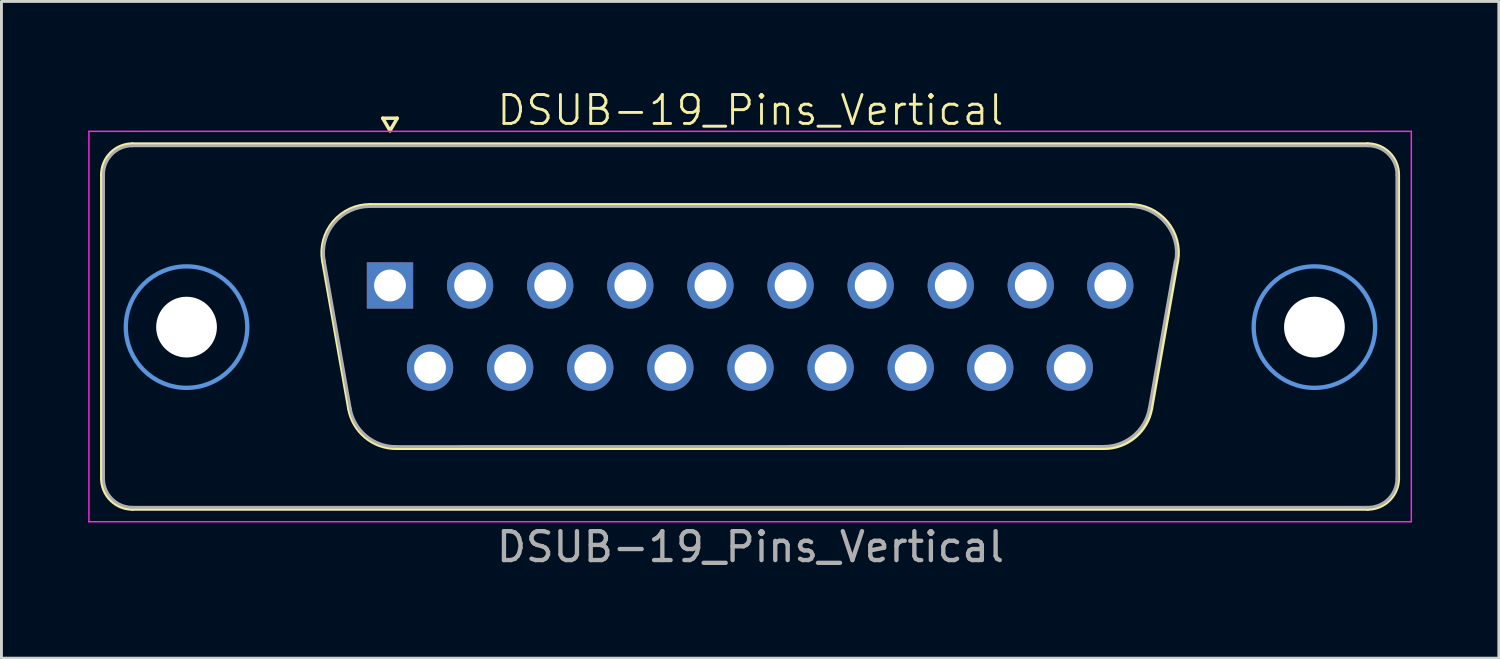
<source format=kicad_pcb>
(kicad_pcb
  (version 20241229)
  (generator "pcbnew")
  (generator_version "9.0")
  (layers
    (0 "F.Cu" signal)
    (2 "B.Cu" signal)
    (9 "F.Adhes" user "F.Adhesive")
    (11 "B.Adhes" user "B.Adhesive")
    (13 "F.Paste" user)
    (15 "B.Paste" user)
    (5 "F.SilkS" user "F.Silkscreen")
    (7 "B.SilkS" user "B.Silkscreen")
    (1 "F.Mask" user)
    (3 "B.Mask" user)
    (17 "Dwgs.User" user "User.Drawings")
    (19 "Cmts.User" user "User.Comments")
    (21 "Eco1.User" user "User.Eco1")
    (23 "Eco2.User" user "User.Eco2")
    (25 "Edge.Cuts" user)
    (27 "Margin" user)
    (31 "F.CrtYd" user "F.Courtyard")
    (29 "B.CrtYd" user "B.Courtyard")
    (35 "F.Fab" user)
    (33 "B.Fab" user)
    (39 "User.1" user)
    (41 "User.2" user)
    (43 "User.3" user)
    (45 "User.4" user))
  (footprint "DSUB-19_Pins_Vertical"
    (layer "F.Cu")
    (at 22.9 8.261)
    (property "Reference" "DSUB-19_Pins_Vertical" (at 0 -7.5 0) (unlocked yes) (layer "F.SilkS") (effects (font (size 1 1) (thickness 0.1))))
    (attr through_hole)
    (fp_line (start -22.43 5.23) (end -22.43 -5.27) (stroke (width 0.12) (type solid)) (layer "F.SilkS"))
    (fp_line (start -21.37 -6.33) (end 21.341 -6.33) (stroke (width 0.12) (type solid)) (layer "F.SilkS"))
    (fp_line (start -14.786 -2.282) (end -13.887 2.818) (stroke (width 0.12) (type solid)) (layer "F.SilkS"))
    (fp_line (start -13.152 -4.23) (end 13.128 -4.23) (stroke (width 0.12) (type solid)) (layer "F.SilkS"))
    (fp_line (start -12.715 -7.224) (end -12.215 -7.224) (stroke (width 0.12) (type solid)) (layer "F.SilkS"))
    (fp_line (start -12.465 -6.791) (end -12.715 -7.224) (stroke (width 0.12) (type solid)) (layer "F.SilkS"))
    (fp_line (start -12.252 4.19) (end 12.228 4.19) (stroke (width 0.12) (type solid)) (layer "F.SilkS"))
    (fp_line (start -12.215 -7.224) (end -12.465 -6.791) (stroke (width 0.12) (type solid)) (layer "F.SilkS"))
    (fp_line (start 14.762 -2.282) (end 13.863 2.818) (stroke (width 0.12) (type solid)) (layer "F.SilkS"))
    (fp_line (start 21.341 6.29) (end -21.37 6.29) (stroke (width 0.12) (type solid)) (layer "F.SilkS"))
    (fp_line (start 22.401 -5.27) (end 22.401 5.23) (stroke (width 0.12) (type solid)) (layer "F.SilkS"))
    (fp_arc (start -22.43 -5.27) (mid -22.119533 -6.019533) (end -21.37 -6.33) (stroke (width 0.12) (type solid)) (layer "F.SilkS"))
    (fp_arc (start -21.37 6.29) (mid -22.119533 5.979533) (end -22.43 5.23) (stroke (width 0.12) (type solid)) (layer "F.SilkS"))
    (fp_arc (start -14.78647 -2.281744) (mid -14.423323 -3.637027) (end -13.151689 -4.23) (stroke (width 0.12) (type solid)) (layer "F.SilkS"))
    (fp_arc (start -12.252421 4.19) (mid -13.319449 3.801634) (end -13.887202 2.818256) (stroke (width 0.12) (type solid)) (layer "F.SilkS"))
    (fp_arc (start 13.127689 -4.23) (mid 14.399323 -3.637027) (end 14.76247 -2.281744) (stroke (width 0.12) (type solid)) (layer "F.SilkS"))
    (fp_arc (start 13.863212 2.818256) (mid 13.295459 3.801634) (end 12.228431 4.19) (stroke (width 0.12) (type solid)) (layer "F.SilkS"))
    (fp_arc (start 21.341 -6.33) (mid 22.090533 -6.019533) (end 22.401 -5.27) (stroke (width 0.12) (type solid)) (layer "F.SilkS"))
    (fp_arc (start 22.401 5.23) (mid 22.090533 5.979533) (end 21.341 6.29) (stroke (width 0.12) (type solid)) (layer "F.SilkS"))
    (fp_circle (center -19.5 0) (end -17.4 0) (stroke (width 0.15) (type solid)) (fill no) (layer "Cmts.User"))
    (fp_circle (center 19.5 0) (end 21.6 0) (stroke (width 0.15) (type solid)) (fill no) (layer "Cmts.User"))
    (fp_line (start -22.875 -6.77) (end -22.875 6.73) (stroke (width 0.05) (type solid)) (layer "F.CrtYd"))
    (fp_line (start -22.875 6.73) (end 22.851 6.73) (stroke (width 0.05) (type solid)) (layer "F.CrtYd"))
    (fp_line (start 22.851 -6.77) (end -22.875 -6.77) (stroke (width 0.05) (type solid)) (layer "F.CrtYd"))
    (fp_line (start 22.851 6.73) (end 22.851 -6.77) (stroke (width 0.05) (type solid)) (layer "F.CrtYd"))
    (fp_line (start -22.37 5.23) (end -22.37 -5.27) (stroke (width 0.1) (type solid)) (layer "F.Fab"))
    (fp_line (start -21.37 -6.27) (end 21.346 -6.27) (stroke (width 0.1) (type solid)) (layer "F.Fab"))
    (fp_line (start -14.739 -2.292) (end -13.84 2.808) (stroke (width 0.1) (type solid)) (layer "F.Fab"))
    (fp_line (start -13.163 -4.17) (end 13.139 -4.17) (stroke (width 0.1) (type solid)) (layer "F.Fab"))
    (fp_line (start -12.264 4.13) (end 12.215 4.125) (stroke (width 0.1) (type solid)) (layer "F.Fab"))
    (fp_line (start 14.691 -2.292) (end 13.792 2.808) (stroke (width 0.1) (type solid)) (layer "F.Fab"))
    (fp_line (start 21.341 6.23) (end -21.37 6.23) (stroke (width 0.1) (type solid)) (layer "F.Fab"))
    (fp_line (start 22.351 -5.269) (end 22.351 5.231) (stroke (width 0.1) (type solid)) (layer "F.Fab"))
    (fp_arc (start -22.37 -5.27) (mid -22.077107 -5.977107) (end -21.37 -6.27) (stroke (width 0.1) (type solid)) (layer "F.Fab"))
    (fp_arc (start -21.37 6.23) (mid -22.077107 5.937107) (end -22.37 5.23) (stroke (width 0.1) (type solid)) (layer "F.Fab"))
    (fp_arc (start -14.738887 -2.292163) (mid -14.388865 -3.598459) (end -13.163194 -4.17) (stroke (width 0.1) (type solid)) (layer "F.Fab"))
    (fp_arc (start -12.263927 4.13) (mid -13.292389 3.755672) (end -13.839619 2.807837) (stroke (width 0.1) (type solid)) (layer "F.Fab"))
    (fp_arc (start 13.128255 -4.167977) (mid 14.35393 -3.596439) (end 14.703948 -2.29014) (stroke (width 0.1) (type solid)) (layer "F.Fab"))
    (fp_arc (start 13.791 2.803) (mid 13.24377 3.750844) (end 12.215308 4.125163) (stroke (width 0.1) (type solid)) (layer "F.Fab"))
    (fp_arc (start 21.351341 -6.269585) (mid 22.058448 -5.976692) (end 22.351341 -5.269585) (stroke (width 0.1) (type solid)) (layer "F.Fab"))
    (fp_arc (start 22.35176 5.231098) (mid 22.058867 5.938205) (end 21.35176 6.231098) (stroke (width 0.1) (type solid)) (layer "F.Fab"))
    (fp_text user "${REFERENCE}" (at 0 7.6 0) (unlocked yes) (layer "F.Fab") (effects (font (size 1 1) (thickness 0.15))))
    (pad "" np_thru_hole circle (at -19.5 0) (size 2.1 2.1) (drill 2.1) (layers "*.Cu" "*.Mask"))
    (pad "" np_thru_hole circle (at 19.5 0) (size 2.1 2.1) (drill 2.1) (layers "*.Cu" "*.Mask"))
    (pad "1" thru_hole rect (at -12.465 -1.44) (size 1.6 1.6) (drill 1.1) (layers "*.Cu" "*.Mask"))
    (pad "2" thru_hole circle (at -9.695 -1.44) (size 1.6 1.6) (drill 1.1) (layers "*.Cu" "*.Mask"))
    (pad "3" thru_hole circle (at -6.925 -1.44) (size 1.6 1.6) (drill 1.1) (layers "*.Cu" "*.Mask"))
    (pad "4" thru_hole circle (at -4.155 -1.44) (size 1.6 1.6) (drill 1.1) (layers "*.Cu" "*.Mask"))
    (pad "5" thru_hole circle (at -1.385 -1.44) (size 1.6 1.6) (drill 1.1) (layers "*.Cu" "*.Mask"))
    (pad "6" thru_hole circle (at 1.385 -1.44) (size 1.6 1.6) (drill 1.1) (layers "*.Cu" "*.Mask"))
    (pad "7" thru_hole circle (at 4.155 -1.44) (size 1.6 1.6) (drill 1.1) (layers "*.Cu" "*.Mask"))
    (pad "8" thru_hole circle (at 6.925 -1.44) (size 1.6 1.6) (drill 1.1) (layers "*.Cu" "*.Mask"))
    (pad "9" thru_hole circle (at 9.691 -1.447) (size 1.6 1.6) (drill 1.1) (layers "*.Cu" "*.Mask"))
    (pad "10" thru_hole circle (at 12.441 -1.44) (size 1.6 1.6) (drill 1.1) (layers "*.Cu" "*.Mask"))
    (pad "11" thru_hole circle (at -11.08 1.4) (size 1.6 1.6) (drill 1.1) (layers "*.Cu" "*.Mask"))
    (pad "12" thru_hole circle (at -8.31 1.4) (size 1.6 1.6) (drill 1.1) (layers "*.Cu" "*.Mask"))
    (pad "13" thru_hole circle (at -5.54 1.4) (size 1.6 1.6) (drill 1.1) (layers "*.Cu" "*.Mask"))
    (pad "14" thru_hole circle (at -2.77 1.4) (size 1.6 1.6) (drill 1.1) (layers "*.Cu" "*.Mask"))
    (pad "15" thru_hole circle (at 0 1.4) (size 1.6 1.6) (drill 1.1) (layers "*.Cu" "*.Mask"))
    (pad "16" thru_hole circle (at 2.77 1.4) (size 1.6 1.6) (drill 1.1) (layers "*.Cu" "*.Mask"))
    (pad "17" thru_hole circle (at 5.54 1.4) (size 1.6 1.6) (drill 1.1) (layers "*.Cu" "*.Mask"))
    (pad "18" thru_hole circle (at 8.291 1.403) (size 1.6 1.6) (drill 1.1) (layers "*.Cu" "*.Mask"))
    (pad "19" thru_hole circle (at 11.041 1.4) (size 1.6 1.6) (drill 1.1) (layers "*.Cu" "*.Mask")))
  (gr_rect
    (start -3 -3)
    (end 48.776 19.709)
    (stroke (width 0.1) (type default))
    (fill no)
    (layer "Edge.Cuts")))
</source>
